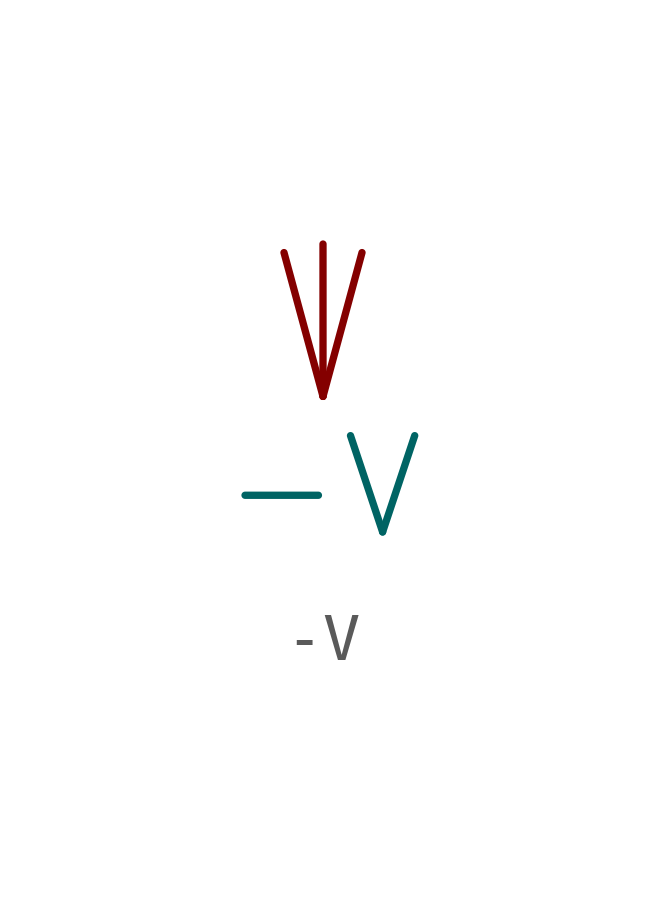
<source format=kicad_sym>
(kicad_symbol_lib
  (version 20231120)
  (generator "kicad_symbol_editor")
  (generator_version "8.0")
  (symbol "-V"
    (power)
    (pin_numbers hide)
    (pin_names
      (offset 0) hide)
    (property "Reference" "#PWR"
      (at 0 2.54 0)
      (effects (font (size 2.007 2.007)) (hide yes)))
    (property "Value" "-V"
      (at 0 -5.08 0)
      (effects (font (size 2.007 2.007))))
    (property "Footprint" ""
      (at 0 -3.175 90)
      (effects (font (size 2.489 2.489))))
    (symbol "-V_0_1"
      (polyline (pts (xy -0.813 -0.178) (xy 0 -3.175)) (stroke (width 0) (type solid)) (fill (type none)))
      (polyline (pts (xy 0 -3.175) (xy 0 0)) (stroke (width 0) (type solid)) (fill (type none)))
      (polyline (pts (xy 0 -3.175) (xy 0.813 -0.178)) (stroke (width 0) (type solid)) (fill (type none))))
    (symbol "-V_1_1"
      (pin power_in line (at 0 0 270) (length 0) hide (name "-V" (effects (font (size 1.803 1.803)))) (number "1" (effects (font (size 1.803 1.803))))))))
</source>
